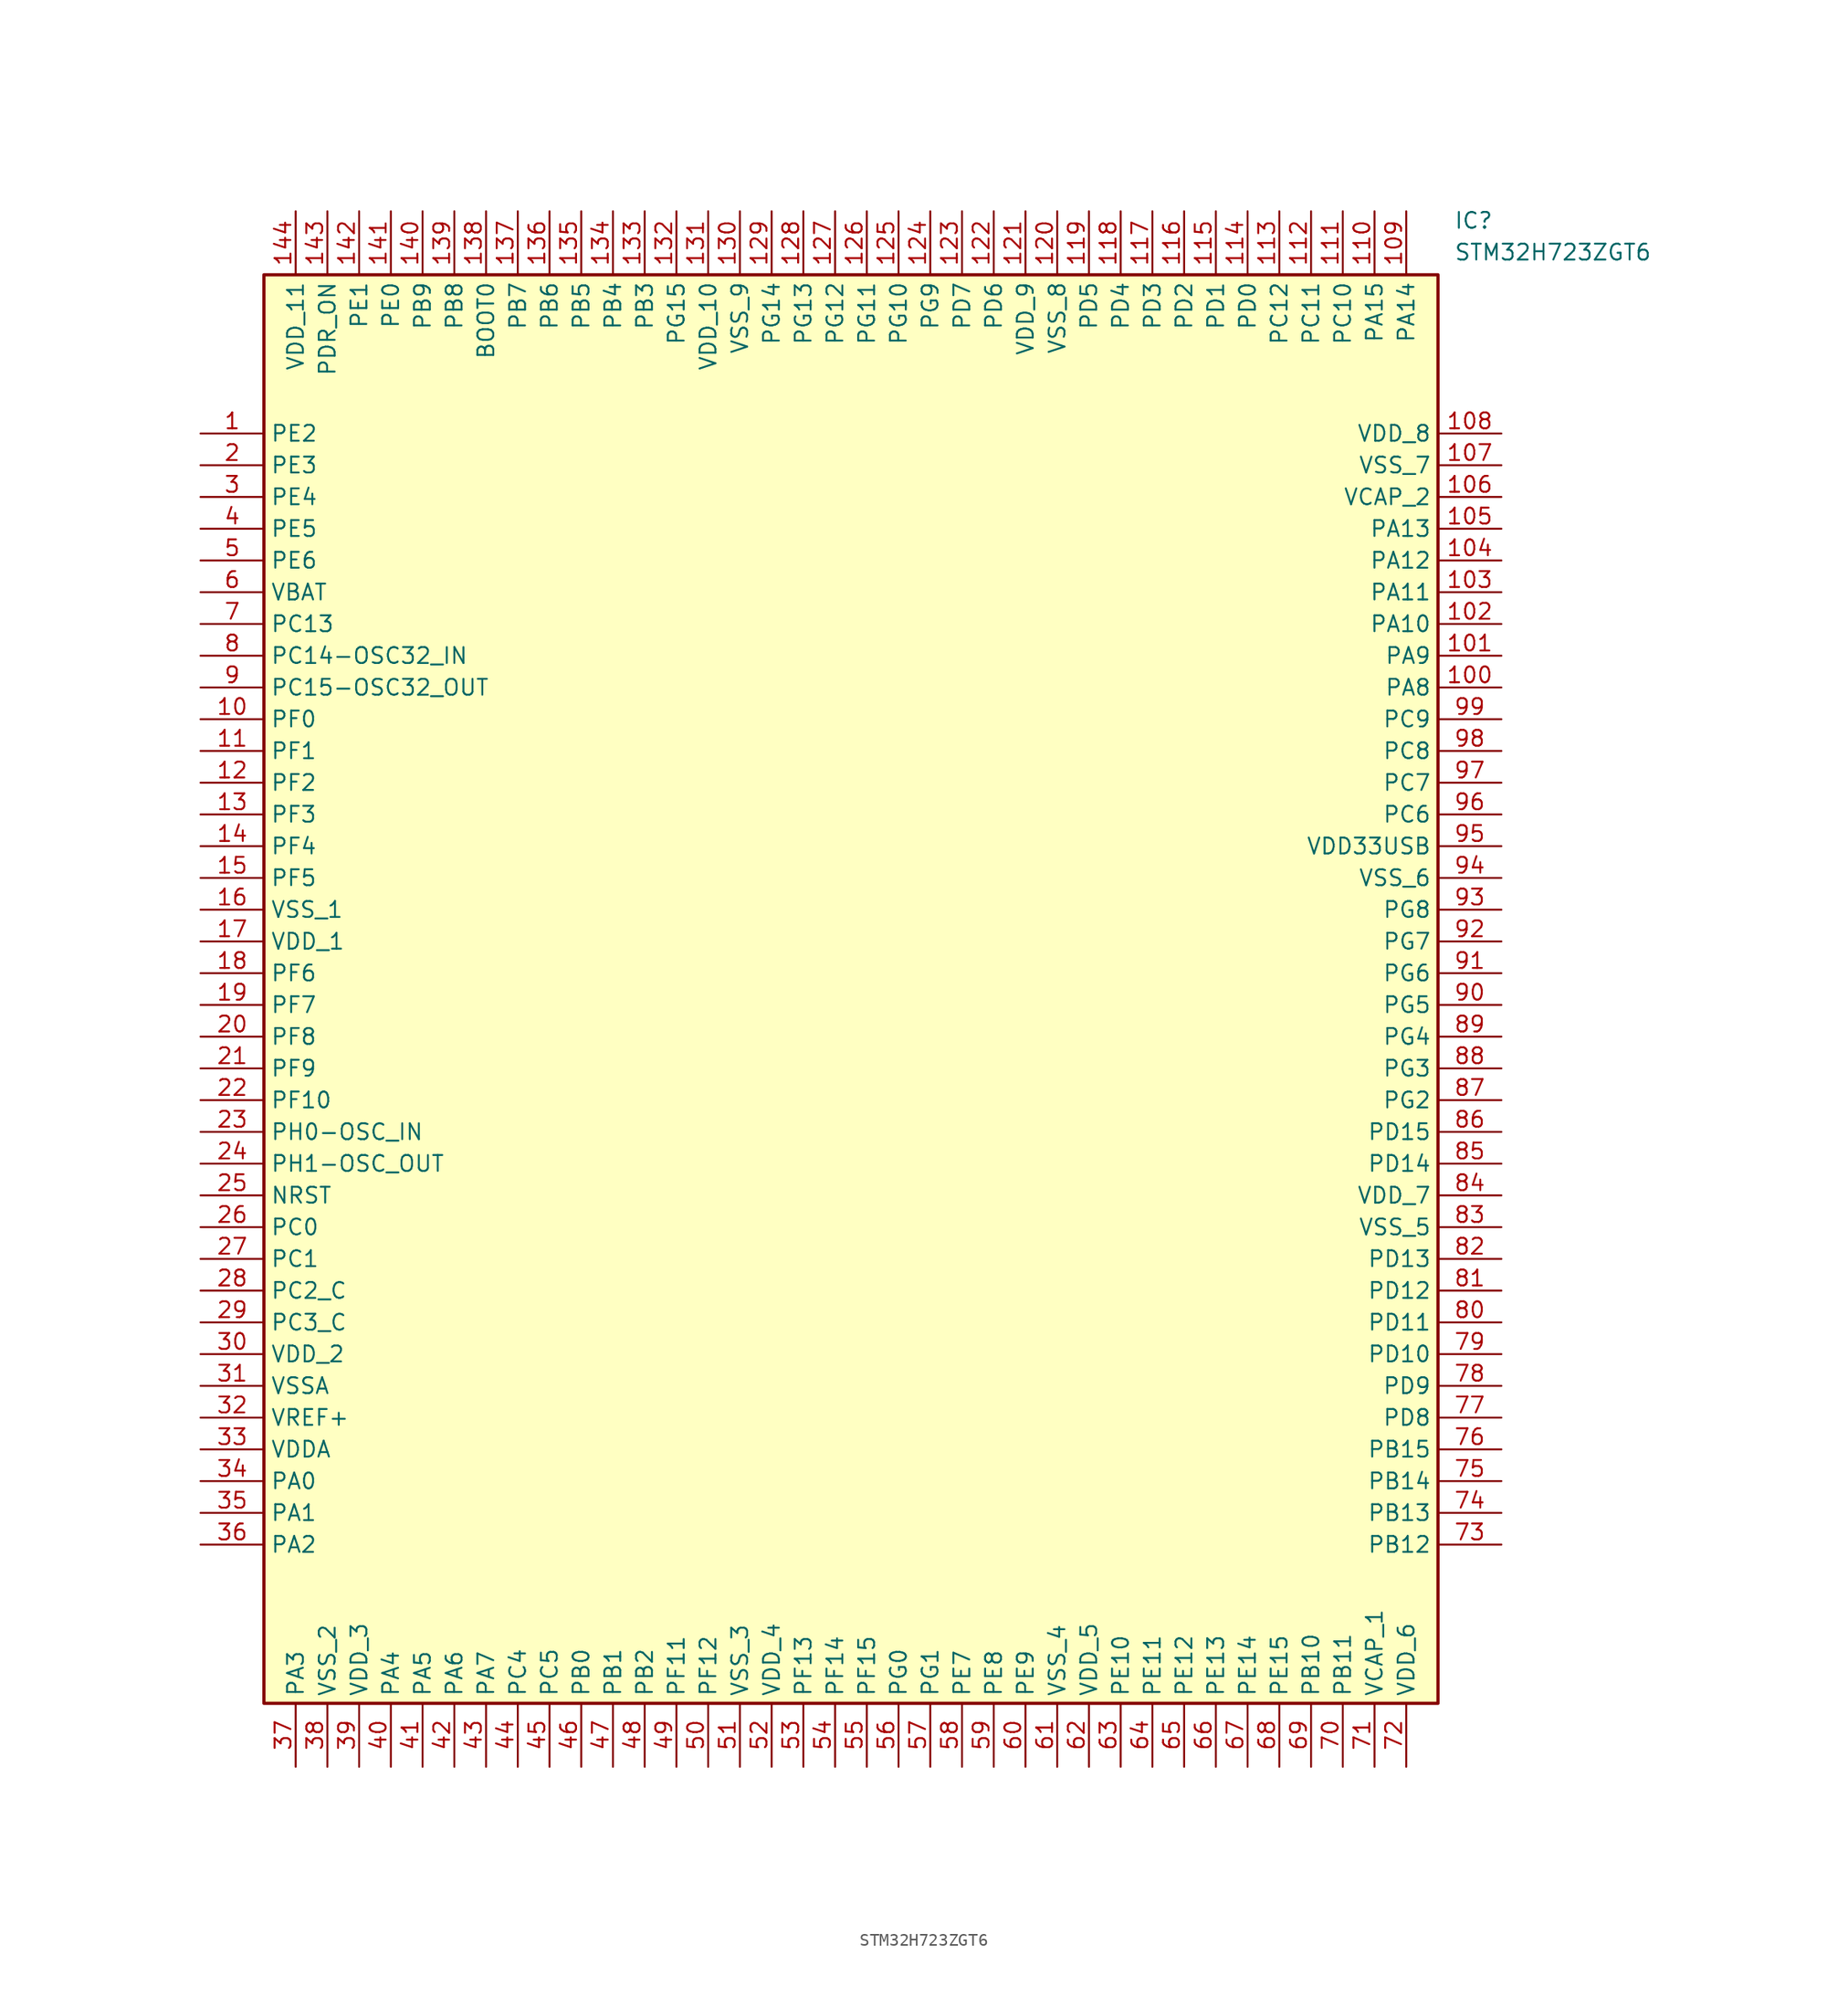
<source format=kicad_sym>
(kicad_symbol_lib
  (version 20211014)
  (generator SamacSys_ECAD_Model)
  (symbol "STM32H723ZGT6"
    (property "Reference" "IC"
      (at 100.33 17.78 0)
      (effects (font (size 1.27 1.27)) (justify left top)))
    (property "Value" "STM32H723ZGT6"
      (at 100.33 15.24 0)
      (effects (font (size 1.27 1.27)) (justify left top)))
    (rectangle
      (start 5.08 12.7)
      (end 99.06 -101.6)
      (stroke (width 0.254) (type default))
      (fill (type background)))
    (pin passive line
      (at 0 0 0)
      (length 5.08)
      (name "PE2" (effects (font (size 1.27 1.27))))
      (number "1" (effects (font (size 1.27 1.27)))))
    (pin passive line
      (at 0 -2.54 0)
      (length 5.08)
      (name "PE3" (effects (font (size 1.27 1.27))))
      (number "2" (effects (font (size 1.27 1.27)))))
    (pin passive line
      (at 0 -5.08 0)
      (length 5.08)
      (name "PE4" (effects (font (size 1.27 1.27))))
      (number "3" (effects (font (size 1.27 1.27)))))
    (pin passive line
      (at 0 -7.62 0)
      (length 5.08)
      (name "PE5" (effects (font (size 1.27 1.27))))
      (number "4" (effects (font (size 1.27 1.27)))))
    (pin passive line
      (at 0 -10.16 0)
      (length 5.08)
      (name "PE6" (effects (font (size 1.27 1.27))))
      (number "5" (effects (font (size 1.27 1.27)))))
    (pin passive line
      (at 0 -12.7 0)
      (length 5.08)
      (name "VBAT" (effects (font (size 1.27 1.27))))
      (number "6" (effects (font (size 1.27 1.27)))))
    (pin passive line
      (at 0 -15.24 0)
      (length 5.08)
      (name "PC13" (effects (font (size 1.27 1.27))))
      (number "7" (effects (font (size 1.27 1.27)))))
    (pin passive line
      (at 0 -17.78 0)
      (length 5.08)
      (name "PC14-OSC32_IN" (effects (font (size 1.27 1.27))))
      (number "8" (effects (font (size 1.27 1.27)))))
    (pin passive line
      (at 0 -20.32 0)
      (length 5.08)
      (name "PC15-OSC32_OUT" (effects (font (size 1.27 1.27))))
      (number "9" (effects (font (size 1.27 1.27)))))
    (pin passive line
      (at 0 -22.86 0)
      (length 5.08)
      (name "PF0" (effects (font (size 1.27 1.27))))
      (number "10" (effects (font (size 1.27 1.27)))))
    (pin passive line
      (at 0 -25.4 0)
      (length 5.08)
      (name "PF1" (effects (font (size 1.27 1.27))))
      (number "11" (effects (font (size 1.27 1.27)))))
    (pin passive line
      (at 0 -27.94 0)
      (length 5.08)
      (name "PF2" (effects (font (size 1.27 1.27))))
      (number "12" (effects (font (size 1.27 1.27)))))
    (pin passive line
      (at 0 -30.48 0)
      (length 5.08)
      (name "PF3" (effects (font (size 1.27 1.27))))
      (number "13" (effects (font (size 1.27 1.27)))))
    (pin passive line
      (at 0 -33.02 0)
      (length 5.08)
      (name "PF4" (effects (font (size 1.27 1.27))))
      (number "14" (effects (font (size 1.27 1.27)))))
    (pin passive line
      (at 0 -35.56 0)
      (length 5.08)
      (name "PF5" (effects (font (size 1.27 1.27))))
      (number "15" (effects (font (size 1.27 1.27)))))
    (pin passive line
      (at 0 -38.1 0)
      (length 5.08)
      (name "VSS_1" (effects (font (size 1.27 1.27))))
      (number "16" (effects (font (size 1.27 1.27)))))
    (pin passive line
      (at 0 -40.64 0)
      (length 5.08)
      (name "VDD_1" (effects (font (size 1.27 1.27))))
      (number "17" (effects (font (size 1.27 1.27)))))
    (pin passive line
      (at 0 -43.18 0)
      (length 5.08)
      (name "PF6" (effects (font (size 1.27 1.27))))
      (number "18" (effects (font (size 1.27 1.27)))))
    (pin passive line
      (at 0 -45.72 0)
      (length 5.08)
      (name "PF7" (effects (font (size 1.27 1.27))))
      (number "19" (effects (font (size 1.27 1.27)))))
    (pin passive line
      (at 0 -48.26 0)
      (length 5.08)
      (name "PF8" (effects (font (size 1.27 1.27))))
      (number "20" (effects (font (size 1.27 1.27)))))
    (pin passive line
      (at 0 -50.8 0)
      (length 5.08)
      (name "PF9" (effects (font (size 1.27 1.27))))
      (number "21" (effects (font (size 1.27 1.27)))))
    (pin passive line
      (at 0 -53.34 0)
      (length 5.08)
      (name "PF10" (effects (font (size 1.27 1.27))))
      (number "22" (effects (font (size 1.27 1.27)))))
    (pin passive line
      (at 0 -55.88 0)
      (length 5.08)
      (name "PH0-OSC_IN" (effects (font (size 1.27 1.27))))
      (number "23" (effects (font (size 1.27 1.27)))))
    (pin passive line
      (at 0 -58.42 0)
      (length 5.08)
      (name "PH1-OSC_OUT" (effects (font (size 1.27 1.27))))
      (number "24" (effects (font (size 1.27 1.27)))))
    (pin passive line
      (at 0 -60.96 0)
      (length 5.08)
      (name "NRST" (effects (font (size 1.27 1.27))))
      (number "25" (effects (font (size 1.27 1.27)))))
    (pin passive line
      (at 0 -63.5 0)
      (length 5.08)
      (name "PC0" (effects (font (size 1.27 1.27))))
      (number "26" (effects (font (size 1.27 1.27)))))
    (pin passive line
      (at 0 -66.04 0)
      (length 5.08)
      (name "PC1" (effects (font (size 1.27 1.27))))
      (number "27" (effects (font (size 1.27 1.27)))))
    (pin passive line
      (at 0 -68.58 0)
      (length 5.08)
      (name "PC2_C" (effects (font (size 1.27 1.27))))
      (number "28" (effects (font (size 1.27 1.27)))))
    (pin passive line
      (at 0 -71.12 0)
      (length 5.08)
      (name "PC3_C" (effects (font (size 1.27 1.27))))
      (number "29" (effects (font (size 1.27 1.27)))))
    (pin passive line
      (at 0 -73.66 0)
      (length 5.08)
      (name "VDD_2" (effects (font (size 1.27 1.27))))
      (number "30" (effects (font (size 1.27 1.27)))))
    (pin passive line
      (at 0 -76.2 0)
      (length 5.08)
      (name "VSSA" (effects (font (size 1.27 1.27))))
      (number "31" (effects (font (size 1.27 1.27)))))
    (pin passive line
      (at 0 -78.74 0)
      (length 5.08)
      (name "VREF+" (effects (font (size 1.27 1.27))))
      (number "32" (effects (font (size 1.27 1.27)))))
    (pin passive line
      (at 0 -81.28 0)
      (length 5.08)
      (name "VDDA" (effects (font (size 1.27 1.27))))
      (number "33" (effects (font (size 1.27 1.27)))))
    (pin passive line
      (at 0 -83.82 0)
      (length 5.08)
      (name "PA0" (effects (font (size 1.27 1.27))))
      (number "34" (effects (font (size 1.27 1.27)))))
    (pin passive line
      (at 0 -86.36 0)
      (length 5.08)
      (name "PA1" (effects (font (size 1.27 1.27))))
      (number "35" (effects (font (size 1.27 1.27)))))
    (pin passive line
      (at 0 -88.9 0)
      (length 5.08)
      (name "PA2" (effects (font (size 1.27 1.27))))
      (number "36" (effects (font (size 1.27 1.27)))))
    (pin passive line
      (at 7.62 -106.68 90)
      (length 5.08)
      (name "PA3" (effects (font (size 1.27 1.27))))
      (number "37" (effects (font (size 1.27 1.27)))))
    (pin passive line
      (at 10.16 -106.68 90)
      (length 5.08)
      (name "VSS_2" (effects (font (size 1.27 1.27))))
      (number "38" (effects (font (size 1.27 1.27)))))
    (pin passive line
      (at 12.7 -106.68 90)
      (length 5.08)
      (name "VDD_3" (effects (font (size 1.27 1.27))))
      (number "39" (effects (font (size 1.27 1.27)))))
    (pin passive line
      (at 15.24 -106.68 90)
      (length 5.08)
      (name "PA4" (effects (font (size 1.27 1.27))))
      (number "40" (effects (font (size 1.27 1.27)))))
    (pin passive line
      (at 17.78 -106.68 90)
      (length 5.08)
      (name "PA5" (effects (font (size 1.27 1.27))))
      (number "41" (effects (font (size 1.27 1.27)))))
    (pin passive line
      (at 20.32 -106.68 90)
      (length 5.08)
      (name "PA6" (effects (font (size 1.27 1.27))))
      (number "42" (effects (font (size 1.27 1.27)))))
    (pin passive line
      (at 22.86 -106.68 90)
      (length 5.08)
      (name "PA7" (effects (font (size 1.27 1.27))))
      (number "43" (effects (font (size 1.27 1.27)))))
    (pin passive line
      (at 25.4 -106.68 90)
      (length 5.08)
      (name "PC4" (effects (font (size 1.27 1.27))))
      (number "44" (effects (font (size 1.27 1.27)))))
    (pin passive line
      (at 27.94 -106.68 90)
      (length 5.08)
      (name "PC5" (effects (font (size 1.27 1.27))))
      (number "45" (effects (font (size 1.27 1.27)))))
    (pin passive line
      (at 30.48 -106.68 90)
      (length 5.08)
      (name "PB0" (effects (font (size 1.27 1.27))))
      (number "46" (effects (font (size 1.27 1.27)))))
    (pin passive line
      (at 33.02 -106.68 90)
      (length 5.08)
      (name "PB1" (effects (font (size 1.27 1.27))))
      (number "47" (effects (font (size 1.27 1.27)))))
    (pin passive line
      (at 35.56 -106.68 90)
      (length 5.08)
      (name "PB2" (effects (font (size 1.27 1.27))))
      (number "48" (effects (font (size 1.27 1.27)))))
    (pin passive line
      (at 38.1 -106.68 90)
      (length 5.08)
      (name "PF11" (effects (font (size 1.27 1.27))))
      (number "49" (effects (font (size 1.27 1.27)))))
    (pin passive line
      (at 40.64 -106.68 90)
      (length 5.08)
      (name "PF12" (effects (font (size 1.27 1.27))))
      (number "50" (effects (font (size 1.27 1.27)))))
    (pin passive line
      (at 43.18 -106.68 90)
      (length 5.08)
      (name "VSS_3" (effects (font (size 1.27 1.27))))
      (number "51" (effects (font (size 1.27 1.27)))))
    (pin passive line
      (at 45.72 -106.68 90)
      (length 5.08)
      (name "VDD_4" (effects (font (size 1.27 1.27))))
      (number "52" (effects (font (size 1.27 1.27)))))
    (pin passive line
      (at 48.26 -106.68 90)
      (length 5.08)
      (name "PF13" (effects (font (size 1.27 1.27))))
      (number "53" (effects (font (size 1.27 1.27)))))
    (pin passive line
      (at 50.8 -106.68 90)
      (length 5.08)
      (name "PF14" (effects (font (size 1.27 1.27))))
      (number "54" (effects (font (size 1.27 1.27)))))
    (pin passive line
      (at 53.34 -106.68 90)
      (length 5.08)
      (name "PF15" (effects (font (size 1.27 1.27))))
      (number "55" (effects (font (size 1.27 1.27)))))
    (pin passive line
      (at 55.88 -106.68 90)
      (length 5.08)
      (name "PG0" (effects (font (size 1.27 1.27))))
      (number "56" (effects (font (size 1.27 1.27)))))
    (pin passive line
      (at 58.42 -106.68 90)
      (length 5.08)
      (name "PG1" (effects (font (size 1.27 1.27))))
      (number "57" (effects (font (size 1.27 1.27)))))
    (pin passive line
      (at 60.96 -106.68 90)
      (length 5.08)
      (name "PE7" (effects (font (size 1.27 1.27))))
      (number "58" (effects (font (size 1.27 1.27)))))
    (pin passive line
      (at 63.5 -106.68 90)
      (length 5.08)
      (name "PE8" (effects (font (size 1.27 1.27))))
      (number "59" (effects (font (size 1.27 1.27)))))
    (pin passive line
      (at 66.04 -106.68 90)
      (length 5.08)
      (name "PE9" (effects (font (size 1.27 1.27))))
      (number "60" (effects (font (size 1.27 1.27)))))
    (pin passive line
      (at 68.58 -106.68 90)
      (length 5.08)
      (name "VSS_4" (effects (font (size 1.27 1.27))))
      (number "61" (effects (font (size 1.27 1.27)))))
    (pin passive line
      (at 71.12 -106.68 90)
      (length 5.08)
      (name "VDD_5" (effects (font (size 1.27 1.27))))
      (number "62" (effects (font (size 1.27 1.27)))))
    (pin passive line
      (at 73.66 -106.68 90)
      (length 5.08)
      (name "PE10" (effects (font (size 1.27 1.27))))
      (number "63" (effects (font (size 1.27 1.27)))))
    (pin passive line
      (at 76.2 -106.68 90)
      (length 5.08)
      (name "PE11" (effects (font (size 1.27 1.27))))
      (number "64" (effects (font (size 1.27 1.27)))))
    (pin passive line
      (at 78.74 -106.68 90)
      (length 5.08)
      (name "PE12" (effects (font (size 1.27 1.27))))
      (number "65" (effects (font (size 1.27 1.27)))))
    (pin passive line
      (at 81.28 -106.68 90)
      (length 5.08)
      (name "PE13" (effects (font (size 1.27 1.27))))
      (number "66" (effects (font (size 1.27 1.27)))))
    (pin passive line
      (at 83.82 -106.68 90)
      (length 5.08)
      (name "PE14" (effects (font (size 1.27 1.27))))
      (number "67" (effects (font (size 1.27 1.27)))))
    (pin passive line
      (at 86.36 -106.68 90)
      (length 5.08)
      (name "PE15" (effects (font (size 1.27 1.27))))
      (number "68" (effects (font (size 1.27 1.27)))))
    (pin passive line
      (at 88.9 -106.68 90)
      (length 5.08)
      (name "PB10" (effects (font (size 1.27 1.27))))
      (number "69" (effects (font (size 1.27 1.27)))))
    (pin passive line
      (at 91.44 -106.68 90)
      (length 5.08)
      (name "PB11" (effects (font (size 1.27 1.27))))
      (number "70" (effects (font (size 1.27 1.27)))))
    (pin passive line
      (at 93.98 -106.68 90)
      (length 5.08)
      (name "VCAP_1" (effects (font (size 1.27 1.27))))
      (number "71" (effects (font (size 1.27 1.27)))))
    (pin passive line
      (at 96.52 -106.68 90)
      (length 5.08)
      (name "VDD_6" (effects (font (size 1.27 1.27))))
      (number "72" (effects (font (size 1.27 1.27)))))
    (pin passive line
      (at 104.14 0 180)
      (length 5.08)
      (name "VDD_8" (effects (font (size 1.27 1.27))))
      (number "108" (effects (font (size 1.27 1.27)))))
    (pin passive line
      (at 104.14 -2.54 180)
      (length 5.08)
      (name "VSS_7" (effects (font (size 1.27 1.27))))
      (number "107" (effects (font (size 1.27 1.27)))))
    (pin passive line
      (at 104.14 -5.08 180)
      (length 5.08)
      (name "VCAP_2" (effects (font (size 1.27 1.27))))
      (number "106" (effects (font (size 1.27 1.27)))))
    (pin passive line
      (at 104.14 -7.62 180)
      (length 5.08)
      (name "PA13" (effects (font (size 1.27 1.27))))
      (number "105" (effects (font (size 1.27 1.27)))))
    (pin passive line
      (at 104.14 -10.16 180)
      (length 5.08)
      (name "PA12" (effects (font (size 1.27 1.27))))
      (number "104" (effects (font (size 1.27 1.27)))))
    (pin passive line
      (at 104.14 -12.7 180)
      (length 5.08)
      (name "PA11" (effects (font (size 1.27 1.27))))
      (number "103" (effects (font (size 1.27 1.27)))))
    (pin passive line
      (at 104.14 -15.24 180)
      (length 5.08)
      (name "PA10" (effects (font (size 1.27 1.27))))
      (number "102" (effects (font (size 1.27 1.27)))))
    (pin passive line
      (at 104.14 -17.78 180)
      (length 5.08)
      (name "PA9" (effects (font (size 1.27 1.27))))
      (number "101" (effects (font (size 1.27 1.27)))))
    (pin passive line
      (at 104.14 -20.32 180)
      (length 5.08)
      (name "PA8" (effects (font (size 1.27 1.27))))
      (number "100" (effects (font (size 1.27 1.27)))))
    (pin passive line
      (at 104.14 -22.86 180)
      (length 5.08)
      (name "PC9" (effects (font (size 1.27 1.27))))
      (number "99" (effects (font (size 1.27 1.27)))))
    (pin passive line
      (at 104.14 -25.4 180)
      (length 5.08)
      (name "PC8" (effects (font (size 1.27 1.27))))
      (number "98" (effects (font (size 1.27 1.27)))))
    (pin passive line
      (at 104.14 -27.94 180)
      (length 5.08)
      (name "PC7" (effects (font (size 1.27 1.27))))
      (number "97" (effects (font (size 1.27 1.27)))))
    (pin passive line
      (at 104.14 -30.48 180)
      (length 5.08)
      (name "PC6" (effects (font (size 1.27 1.27))))
      (number "96" (effects (font (size 1.27 1.27)))))
    (pin passive line
      (at 104.14 -33.02 180)
      (length 5.08)
      (name "VDD33USB" (effects (font (size 1.27 1.27))))
      (number "95" (effects (font (size 1.27 1.27)))))
    (pin passive line
      (at 104.14 -35.56 180)
      (length 5.08)
      (name "VSS_6" (effects (font (size 1.27 1.27))))
      (number "94" (effects (font (size 1.27 1.27)))))
    (pin passive line
      (at 104.14 -38.1 180)
      (length 5.08)
      (name "PG8" (effects (font (size 1.27 1.27))))
      (number "93" (effects (font (size 1.27 1.27)))))
    (pin passive line
      (at 104.14 -40.64 180)
      (length 5.08)
      (name "PG7" (effects (font (size 1.27 1.27))))
      (number "92" (effects (font (size 1.27 1.27)))))
    (pin passive line
      (at 104.14 -43.18 180)
      (length 5.08)
      (name "PG6" (effects (font (size 1.27 1.27))))
      (number "91" (effects (font (size 1.27 1.27)))))
    (pin passive line
      (at 104.14 -45.72 180)
      (length 5.08)
      (name "PG5" (effects (font (size 1.27 1.27))))
      (number "90" (effects (font (size 1.27 1.27)))))
    (pin passive line
      (at 104.14 -48.26 180)
      (length 5.08)
      (name "PG4" (effects (font (size 1.27 1.27))))
      (number "89" (effects (font (size 1.27 1.27)))))
    (pin passive line
      (at 104.14 -50.8 180)
      (length 5.08)
      (name "PG3" (effects (font (size 1.27 1.27))))
      (number "88" (effects (font (size 1.27 1.27)))))
    (pin passive line
      (at 104.14 -53.34 180)
      (length 5.08)
      (name "PG2" (effects (font (size 1.27 1.27))))
      (number "87" (effects (font (size 1.27 1.27)))))
    (pin passive line
      (at 104.14 -55.88 180)
      (length 5.08)
      (name "PD15" (effects (font (size 1.27 1.27))))
      (number "86" (effects (font (size 1.27 1.27)))))
    (pin passive line
      (at 104.14 -58.42 180)
      (length 5.08)
      (name "PD14" (effects (font (size 1.27 1.27))))
      (number "85" (effects (font (size 1.27 1.27)))))
    (pin passive line
      (at 104.14 -60.96 180)
      (length 5.08)
      (name "VDD_7" (effects (font (size 1.27 1.27))))
      (number "84" (effects (font (size 1.27 1.27)))))
    (pin passive line
      (at 104.14 -63.5 180)
      (length 5.08)
      (name "VSS_5" (effects (font (size 1.27 1.27))))
      (number "83" (effects (font (size 1.27 1.27)))))
    (pin passive line
      (at 104.14 -66.04 180)
      (length 5.08)
      (name "PD13" (effects (font (size 1.27 1.27))))
      (number "82" (effects (font (size 1.27 1.27)))))
    (pin passive line
      (at 104.14 -68.58 180)
      (length 5.08)
      (name "PD12" (effects (font (size 1.27 1.27))))
      (number "81" (effects (font (size 1.27 1.27)))))
    (pin passive line
      (at 104.14 -71.12 180)
      (length 5.08)
      (name "PD11" (effects (font (size 1.27 1.27))))
      (number "80" (effects (font (size 1.27 1.27)))))
    (pin passive line
      (at 104.14 -73.66 180)
      (length 5.08)
      (name "PD10" (effects (font (size 1.27 1.27))))
      (number "79" (effects (font (size 1.27 1.27)))))
    (pin passive line
      (at 104.14 -76.2 180)
      (length 5.08)
      (name "PD9" (effects (font (size 1.27 1.27))))
      (number "78" (effects (font (size 1.27 1.27)))))
    (pin passive line
      (at 104.14 -78.74 180)
      (length 5.08)
      (name "PD8" (effects (font (size 1.27 1.27))))
      (number "77" (effects (font (size 1.27 1.27)))))
    (pin passive line
      (at 104.14 -81.28 180)
      (length 5.08)
      (name "PB15" (effects (font (size 1.27 1.27))))
      (number "76" (effects (font (size 1.27 1.27)))))
    (pin passive line
      (at 104.14 -83.82 180)
      (length 5.08)
      (name "PB14" (effects (font (size 1.27 1.27))))
      (number "75" (effects (font (size 1.27 1.27)))))
    (pin passive line
      (at 104.14 -86.36 180)
      (length 5.08)
      (name "PB13" (effects (font (size 1.27 1.27))))
      (number "74" (effects (font (size 1.27 1.27)))))
    (pin passive line
      (at 104.14 -88.9 180)
      (length 5.08)
      (name "PB12" (effects (font (size 1.27 1.27))))
      (number "73" (effects (font (size 1.27 1.27)))))
    (pin passive line
      (at 7.62 17.78 270)
      (length 5.08)
      (name "VDD_11" (effects (font (size 1.27 1.27))))
      (number "144" (effects (font (size 1.27 1.27)))))
    (pin passive line
      (at 10.16 17.78 270)
      (length 5.08)
      (name "PDR_ON" (effects (font (size 1.27 1.27))))
      (number "143" (effects (font (size 1.27 1.27)))))
    (pin passive line
      (at 12.7 17.78 270)
      (length 5.08)
      (name "PE1" (effects (font (size 1.27 1.27))))
      (number "142" (effects (font (size 1.27 1.27)))))
    (pin passive line
      (at 15.24 17.78 270)
      (length 5.08)
      (name "PE0" (effects (font (size 1.27 1.27))))
      (number "141" (effects (font (size 1.27 1.27)))))
    (pin passive line
      (at 17.78 17.78 270)
      (length 5.08)
      (name "PB9" (effects (font (size 1.27 1.27))))
      (number "140" (effects (font (size 1.27 1.27)))))
    (pin passive line
      (at 20.32 17.78 270)
      (length 5.08)
      (name "PB8" (effects (font (size 1.27 1.27))))
      (number "139" (effects (font (size 1.27 1.27)))))
    (pin passive line
      (at 22.86 17.78 270)
      (length 5.08)
      (name "BOOT0" (effects (font (size 1.27 1.27))))
      (number "138" (effects (font (size 1.27 1.27)))))
    (pin passive line
      (at 25.4 17.78 270)
      (length 5.08)
      (name "PB7" (effects (font (size 1.27 1.27))))
      (number "137" (effects (font (size 1.27 1.27)))))
    (pin passive line
      (at 27.94 17.78 270)
      (length 5.08)
      (name "PB6" (effects (font (size 1.27 1.27))))
      (number "136" (effects (font (size 1.27 1.27)))))
    (pin passive line
      (at 30.48 17.78 270)
      (length 5.08)
      (name "PB5" (effects (font (size 1.27 1.27))))
      (number "135" (effects (font (size 1.27 1.27)))))
    (pin passive line
      (at 33.02 17.78 270)
      (length 5.08)
      (name "PB4" (effects (font (size 1.27 1.27))))
      (number "134" (effects (font (size 1.27 1.27)))))
    (pin passive line
      (at 35.56 17.78 270)
      (length 5.08)
      (name "PB3" (effects (font (size 1.27 1.27))))
      (number "133" (effects (font (size 1.27 1.27)))))
    (pin passive line
      (at 38.1 17.78 270)
      (length 5.08)
      (name "PG15" (effects (font (size 1.27 1.27))))
      (number "132" (effects (font (size 1.27 1.27)))))
    (pin passive line
      (at 40.64 17.78 270)
      (length 5.08)
      (name "VDD_10" (effects (font (size 1.27 1.27))))
      (number "131" (effects (font (size 1.27 1.27)))))
    (pin passive line
      (at 43.18 17.78 270)
      (length 5.08)
      (name "VSS_9" (effects (font (size 1.27 1.27))))
      (number "130" (effects (font (size 1.27 1.27)))))
    (pin passive line
      (at 45.72 17.78 270)
      (length 5.08)
      (name "PG14" (effects (font (size 1.27 1.27))))
      (number "129" (effects (font (size 1.27 1.27)))))
    (pin passive line
      (at 48.26 17.78 270)
      (length 5.08)
      (name "PG13" (effects (font (size 1.27 1.27))))
      (number "128" (effects (font (size 1.27 1.27)))))
    (pin passive line
      (at 50.8 17.78 270)
      (length 5.08)
      (name "PG12" (effects (font (size 1.27 1.27))))
      (number "127" (effects (font (size 1.27 1.27)))))
    (pin passive line
      (at 53.34 17.78 270)
      (length 5.08)
      (name "PG11" (effects (font (size 1.27 1.27))))
      (number "126" (effects (font (size 1.27 1.27)))))
    (pin passive line
      (at 55.88 17.78 270)
      (length 5.08)
      (name "PG10" (effects (font (size 1.27 1.27))))
      (number "125" (effects (font (size 1.27 1.27)))))
    (pin passive line
      (at 58.42 17.78 270)
      (length 5.08)
      (name "PG9" (effects (font (size 1.27 1.27))))
      (number "124" (effects (font (size 1.27 1.27)))))
    (pin passive line
      (at 60.96 17.78 270)
      (length 5.08)
      (name "PD7" (effects (font (size 1.27 1.27))))
      (number "123" (effects (font (size 1.27 1.27)))))
    (pin passive line
      (at 63.5 17.78 270)
      (length 5.08)
      (name "PD6" (effects (font (size 1.27 1.27))))
      (number "122" (effects (font (size 1.27 1.27)))))
    (pin passive line
      (at 66.04 17.78 270)
      (length 5.08)
      (name "VDD_9" (effects (font (size 1.27 1.27))))
      (number "121" (effects (font (size 1.27 1.27)))))
    (pin passive line
      (at 68.58 17.78 270)
      (length 5.08)
      (name "VSS_8" (effects (font (size 1.27 1.27))))
      (number "120" (effects (font (size 1.27 1.27)))))
    (pin passive line
      (at 71.12 17.78 270)
      (length 5.08)
      (name "PD5" (effects (font (size 1.27 1.27))))
      (number "119" (effects (font (size 1.27 1.27)))))
    (pin passive line
      (at 73.66 17.78 270)
      (length 5.08)
      (name "PD4" (effects (font (size 1.27 1.27))))
      (number "118" (effects (font (size 1.27 1.27)))))
    (pin passive line
      (at 76.2 17.78 270)
      (length 5.08)
      (name "PD3" (effects (font (size 1.27 1.27))))
      (number "117" (effects (font (size 1.27 1.27)))))
    (pin passive line
      (at 78.74 17.78 270)
      (length 5.08)
      (name "PD2" (effects (font (size 1.27 1.27))))
      (number "116" (effects (font (size 1.27 1.27)))))
    (pin passive line
      (at 81.28 17.78 270)
      (length 5.08)
      (name "PD1" (effects (font (size 1.27 1.27))))
      (number "115" (effects (font (size 1.27 1.27)))))
    (pin passive line
      (at 83.82 17.78 270)
      (length 5.08)
      (name "PD0" (effects (font (size 1.27 1.27))))
      (number "114" (effects (font (size 1.27 1.27)))))
    (pin passive line
      (at 86.36 17.78 270)
      (length 5.08)
      (name "PC12" (effects (font (size 1.27 1.27))))
      (number "113" (effects (font (size 1.27 1.27)))))
    (pin passive line
      (at 88.9 17.78 270)
      (length 5.08)
      (name "PC11" (effects (font (size 1.27 1.27))))
      (number "112" (effects (font (size 1.27 1.27)))))
    (pin passive line
      (at 91.44 17.78 270)
      (length 5.08)
      (name "PC10" (effects (font (size 1.27 1.27))))
      (number "111" (effects (font (size 1.27 1.27)))))
    (pin passive line
      (at 93.98 17.78 270)
      (length 5.08)
      (name "PA15" (effects (font (size 1.27 1.27))))
      (number "110" (effects (font (size 1.27 1.27)))))
    (pin passive line
      (at 96.52 17.78 270)
      (length 5.08)
      (name "PA14" (effects (font (size 1.27 1.27))))
      (number "109" (effects (font (size 1.27 1.27)))))))
</source>
